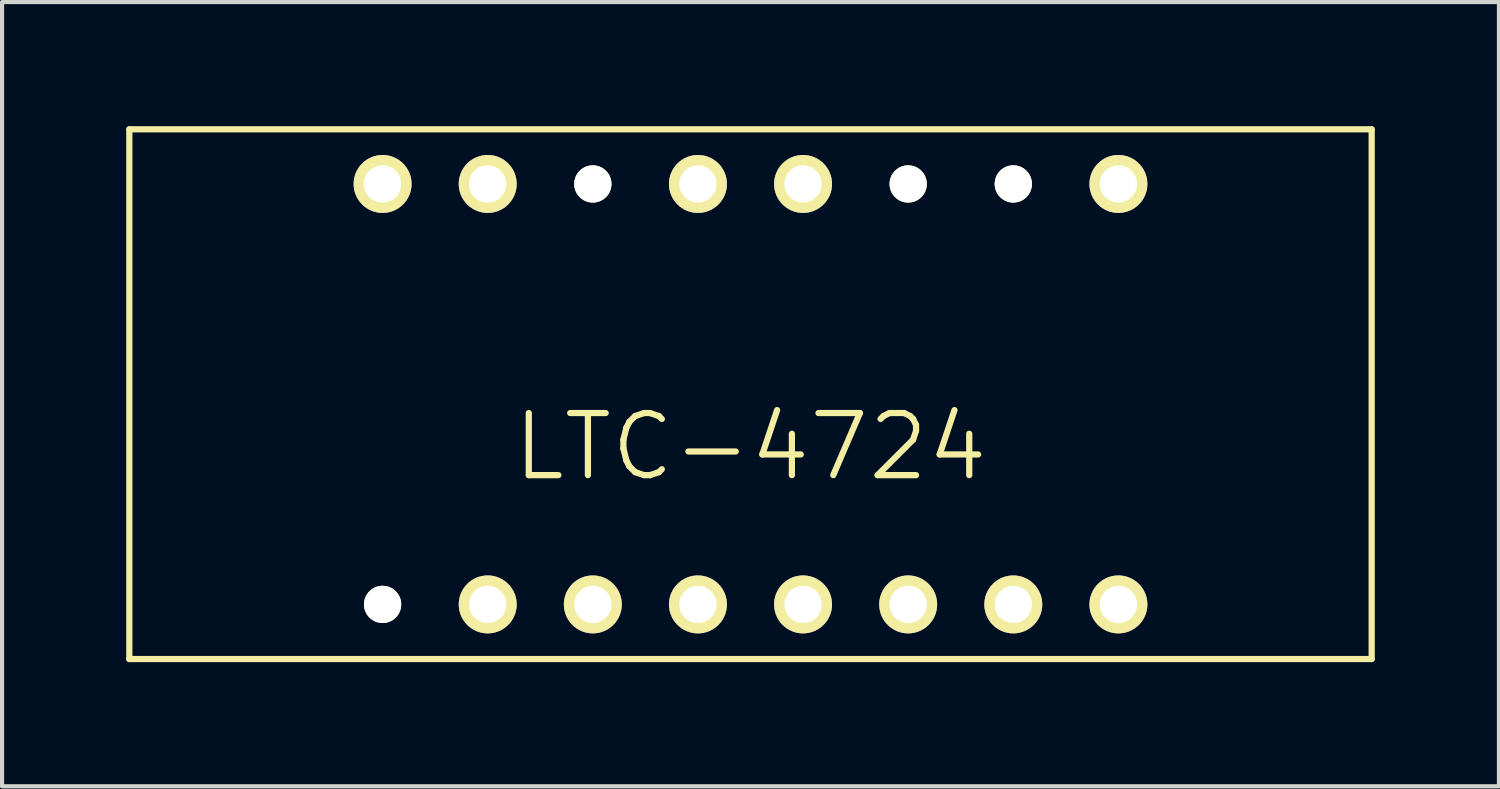
<source format=kicad_pcb>
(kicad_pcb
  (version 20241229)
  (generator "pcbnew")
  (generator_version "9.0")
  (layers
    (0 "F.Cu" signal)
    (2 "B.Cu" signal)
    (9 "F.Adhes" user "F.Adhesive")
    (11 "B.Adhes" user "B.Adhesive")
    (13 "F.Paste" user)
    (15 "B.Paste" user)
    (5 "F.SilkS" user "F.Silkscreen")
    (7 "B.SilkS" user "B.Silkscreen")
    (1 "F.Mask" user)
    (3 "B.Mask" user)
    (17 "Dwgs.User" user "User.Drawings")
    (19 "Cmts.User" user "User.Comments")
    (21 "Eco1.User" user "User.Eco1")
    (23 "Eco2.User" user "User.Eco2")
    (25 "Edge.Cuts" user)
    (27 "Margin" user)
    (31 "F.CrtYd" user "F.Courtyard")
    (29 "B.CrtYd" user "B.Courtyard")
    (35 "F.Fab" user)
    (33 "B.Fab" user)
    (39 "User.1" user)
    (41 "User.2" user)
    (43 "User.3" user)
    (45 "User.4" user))
  (footprint "LTC-4724"
    (layer "F.Cu")
    (at 15.085 6.475)
    (property "Reference" "LTC-4724" (at 0 1.27 0) (layer "F.SilkS") (effects (font (size 1.5 1.5) (thickness 0.15))))
    (attr through_hole)
    (fp_line (start -15.01 -6.4) (end -15.01 6.4) (stroke (width 0.15) (type solid)) (layer "F.SilkS"))
    (fp_line (start -15.01 -6.4) (end 15.01 -6.4) (stroke (width 0.15) (type solid)) (layer "F.SilkS"))
    (fp_line (start 15.01 -6.4) (end 15.01 6.4) (stroke (width 0.15) (type solid)) (layer "F.SilkS"))
    (fp_line (start 15.01 6.4) (end -15.01 6.4) (stroke (width 0.15) (type solid)) (layer "F.SilkS"))
    (pad "" np_thru_hole circle (at -8.89 5.08) (size 0.9 0.9) (drill 0.9) (layers "*.Cu" "*.Mask" "F.SilkS"))
    (pad "" np_thru_hole circle (at -3.81 -5.08) (size 0.9 0.9) (drill 0.9) (layers "*.Cu" "*.Mask" "F.SilkS"))
    (pad "" np_thru_hole circle (at 3.81 -5.08) (size 0.9 0.9) (drill 0.9) (layers "*.Cu" "*.Mask" "F.SilkS"))
    (pad "" np_thru_hole circle (at 6.35 -5.08) (size 0.9 0.9) (drill 0.9) (layers "*.Cu" "*.Mask" "F.SilkS"))
    (pad "1" thru_hole circle (at -6.35 5.08) (size 1.4 1.4) (drill 0.9) (layers "*.Cu" "*.Mask" "F.SilkS"))
    (pad "2" thru_hole circle (at -3.81 5.08) (size 1.4 1.4) (drill 0.9) (layers "*.Cu" "*.Mask" "F.SilkS"))
    (pad "3" thru_hole circle (at -1.27 5.08) (size 1.4 1.4) (drill 0.9) (layers "*.Cu" "*.Mask" "F.SilkS"))
    (pad "4" thru_hole circle (at 1.27 5.08) (size 1.4 1.4) (drill 0.9) (layers "*.Cu" "*.Mask" "F.SilkS"))
    (pad "5" thru_hole circle (at 3.81 5.08) (size 1.4 1.4) (drill 0.9) (layers "*.Cu" "*.Mask" "F.SilkS"))
    (pad "6" thru_hole circle (at 6.35 5.08) (size 1.4 1.4) (drill 0.9) (layers "*.Cu" "*.Mask" "F.SilkS"))
    (pad "7" thru_hole circle (at 8.89 5.08) (size 1.4 1.4) (drill 0.9) (layers "*.Cu" "*.Mask" "F.SilkS"))
    (pad "8" thru_hole circle (at 8.89 -5.08) (size 1.4 1.4) (drill 0.9) (layers "*.Cu" "*.Mask" "F.SilkS"))
    (pad "11" thru_hole circle (at 1.27 -5.08) (size 1.4 1.4) (drill 0.9) (layers "*.Cu" "*.Mask" "F.SilkS"))
    (pad "12" thru_hole circle (at -1.27 -5.08) (size 1.4 1.4) (drill 0.9) (layers "*.Cu" "*.Mask" "F.SilkS"))
    (pad "14" thru_hole circle (at -6.35 -5.08) (size 1.4 1.4) (drill 0.9) (layers "*.Cu" "*.Mask" "F.SilkS"))
    (pad "15" thru_hole circle (at -8.89 -5.08) (size 1.4 1.4) (drill 0.9) (layers "*.Cu" "*.Mask" "F.SilkS")))
  (gr_rect
    (start -3 -3)
    (end 33.17 15.95)
    (stroke (width 0.1) (type default))
    (fill no)
    (layer "Edge.Cuts")))
</source>
